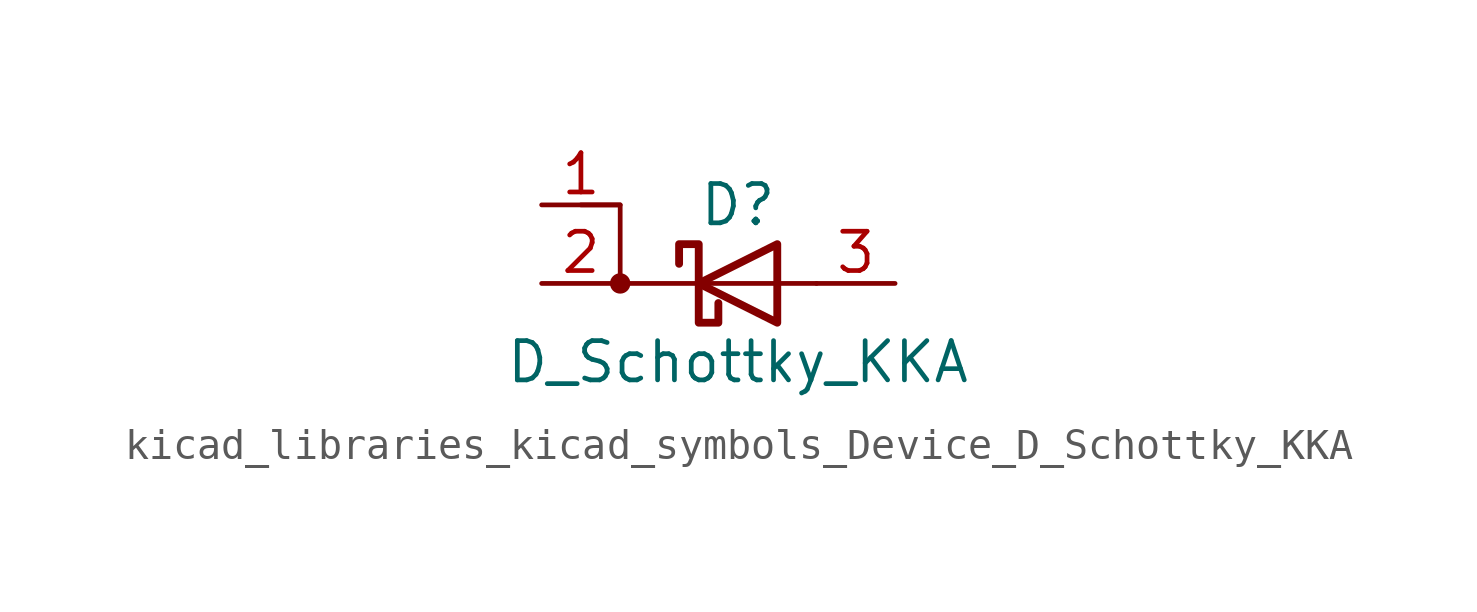
<source format=kicad_sym>
(kicad_symbol_lib
  (version 20220914)
  (generator kicad_symbol_editor)
  (symbol "kicad_libraries_kicad_symbols_Device_D_Schottky_KKA"
    (pin_names
      (offset 0) hide)
    (property "Reference" "D"
      (at 0 2.54 0)
      (effects (font (size 1.27 1.27))))
    (property "Value" "D_Schottky_KKA"
      (at 0 -2.54 0)
      (effects (font (size 1.27 1.27))))
    (symbol "kicad_libraries_kicad_symbols_Device_D_Schottky_KKA_0_1"
      (circle (center -3.81 0) (radius 0.254) (stroke (width 0) (type default)) (fill (type outline)))
      (polyline (pts (xy -5.08 2.54) (xy -3.81 2.54) (xy -3.81 0) (xy 2.54 0)) (stroke (width 0) (type default)) (fill (type none)))
      (polyline (pts (xy 1.27 1.27) (xy 1.27 -1.27) (xy -1.27 0) (xy 1.27 1.27)) (stroke (width 0.254) (type default)) (fill (type none)))
      (polyline (pts (xy -1.905 0.635) (xy -1.905 1.27) (xy -1.27 1.27) (xy -1.27 -1.27) (xy -0.635 -1.27) (xy -0.635 -0.635)) (stroke (width 0.254) (type default)) (fill (type none))))
    (symbol "kicad_libraries_kicad_symbols_Device_D_Schottky_KKA_1_1"
      (pin input line (at -6.35 2.54 0) (length 2.54) (name "K" (effects (font (size 1.27 1.27)))) (number "1" (effects (font (size 1.27 1.27)))))
      (pin passive line (at -6.35 0 0) (length 2.54) (name "K" (effects (font (size 1.27 1.27)))) (number "2" (effects (font (size 1.27 1.27)))))
      (pin passive line (at 5.08 0 180) (length 2.54) (name "A" (effects (font (size 1.27 1.27)))) (number "3" (effects (font (size 1.27 1.27))))))))
</source>
